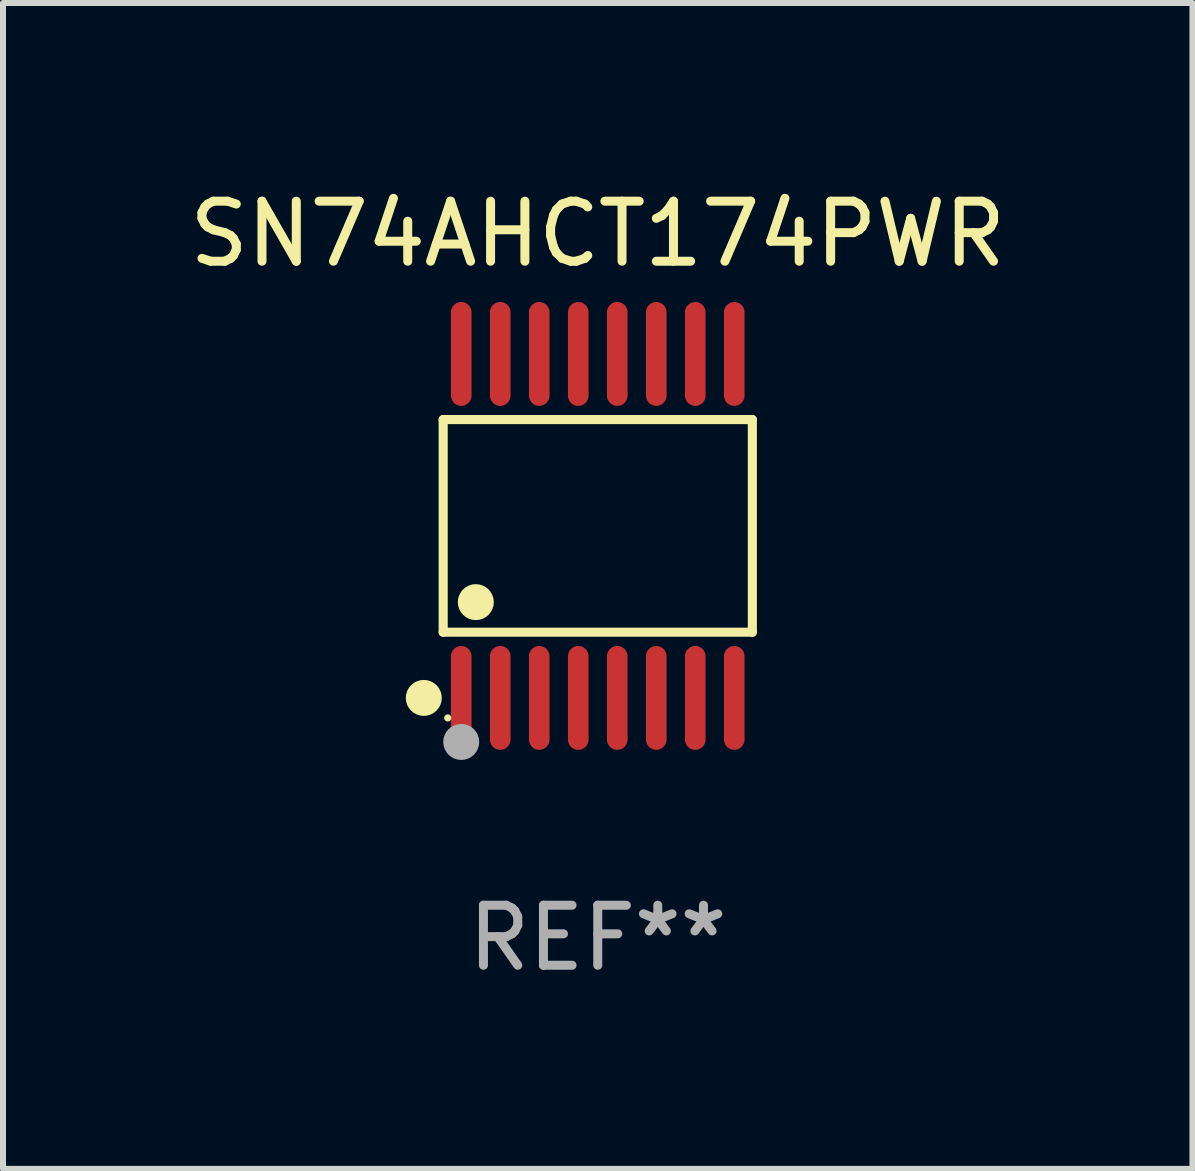
<source format=kicad_pcb>
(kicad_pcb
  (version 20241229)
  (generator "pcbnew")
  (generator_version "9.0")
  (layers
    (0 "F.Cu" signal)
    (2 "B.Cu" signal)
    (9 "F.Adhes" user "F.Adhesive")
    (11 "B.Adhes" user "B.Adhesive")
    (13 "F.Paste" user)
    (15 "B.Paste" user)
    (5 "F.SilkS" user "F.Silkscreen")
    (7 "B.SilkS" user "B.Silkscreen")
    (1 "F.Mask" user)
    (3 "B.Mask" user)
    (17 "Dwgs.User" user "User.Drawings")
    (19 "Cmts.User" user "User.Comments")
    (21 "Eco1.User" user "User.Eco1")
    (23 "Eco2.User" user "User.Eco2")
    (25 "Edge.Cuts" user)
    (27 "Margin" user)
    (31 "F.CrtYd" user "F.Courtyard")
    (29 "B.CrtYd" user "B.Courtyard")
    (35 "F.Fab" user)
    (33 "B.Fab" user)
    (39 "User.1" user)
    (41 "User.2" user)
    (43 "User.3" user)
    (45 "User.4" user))
  (footprint "SN74AHCT174PWR"
    (layer "F.Cu")
    (at 6.911 5.714)
    (property "Reference" "SN74AHCT174PWR" (at 0 -4.866 0) (layer "F.SilkS") (effects (font (size 1 1) (thickness 0.15))))
    (attr through_hole)
    (fp_line (start -2.576 -1.772) (end 2.576 -1.772) (stroke (width 0.152) (type solid)) (layer "F.SilkS"))
    (fp_line (start -2.576 1.771) (end -2.576 -1.772) (stroke (width 0.152) (type solid)) (layer "F.SilkS"))
    (fp_line (start 2.576 -1.772) (end 2.576 1.771) (stroke (width 0.152) (type solid)) (layer "F.SilkS"))
    (fp_line (start 2.576 1.771) (end -2.576 1.771) (stroke (width 0.152) (type solid)) (layer "F.SilkS"))
    (fp_circle (center -2.899 2.866) (end -2.749 2.866) (stroke (width 0.3) (type solid)) (fill no) (layer "F.SilkS"))
    (fp_circle (center -2.5 3.2) (end -2.47 3.2) (stroke (width 0.06) (type solid)) (fill no) (layer "F.SilkS"))
    (fp_circle (center -2.032 1.27) (end -1.882 1.27) (stroke (width 0.3) (type solid)) (fill no) (layer "F.SilkS"))
    (fp_circle (center -2.275 3.6) (end -2.125 3.6) (stroke (width 0.3) (type solid)) (fill no) (layer "F.Fab"))
    (fp_text user "REF**" (at 0 6.866 0) (layer "F.Fab") (effects (font (size 1 1) (thickness 0.15))))
    (pad "1" smd oval (at -2.275 2.866) (size 0.343 1.731) (layers "F.Cu" "F.Mask" "F.Paste"))
    (pad "2" smd oval (at -1.625 2.866) (size 0.343 1.731) (layers "F.Cu" "F.Mask" "F.Paste"))
    (pad "3" smd oval (at -0.975 2.866) (size 0.343 1.731) (layers "F.Cu" "F.Mask" "F.Paste"))
    (pad "4" smd oval (at -0.325 2.866) (size 0.343 1.731) (layers "F.Cu" "F.Mask" "F.Paste"))
    (pad "5" smd oval (at 0.325 2.866) (size 0.343 1.731) (layers "F.Cu" "F.Mask" "F.Paste"))
    (pad "6" smd oval (at 0.975 2.866) (size 0.343 1.731) (layers "F.Cu" "F.Mask" "F.Paste"))
    (pad "7" smd oval (at 1.625 2.866) (size 0.343 1.731) (layers "F.Cu" "F.Mask" "F.Paste"))
    (pad "8" smd oval (at 2.275 2.866) (size 0.343 1.731) (layers "F.Cu" "F.Mask" "F.Paste"))
    (pad "9" smd oval (at 2.275 -2.866) (size 0.343 1.731) (layers "F.Cu" "F.Mask" "F.Paste"))
    (pad "10" smd oval (at 1.625 -2.866) (size 0.343 1.731) (layers "F.Cu" "F.Mask" "F.Paste"))
    (pad "11" smd oval (at 0.975 -2.866) (size 0.343 1.731) (layers "F.Cu" "F.Mask" "F.Paste"))
    (pad "12" smd oval (at 0.325 -2.866) (size 0.343 1.731) (layers "F.Cu" "F.Mask" "F.Paste"))
    (pad "13" smd oval (at -0.325 -2.866) (size 0.343 1.731) (layers "F.Cu" "F.Mask" "F.Paste"))
    (pad "14" smd oval (at -0.975 -2.866) (size 0.343 1.731) (layers "F.Cu" "F.Mask" "F.Paste"))
    (pad "15" smd oval (at -1.625 -2.866) (size 0.343 1.731) (layers "F.Cu" "F.Mask" "F.Paste"))
    (pad "16" smd oval (at -2.275 -2.866) (size 0.343 1.731) (layers "F.Cu" "F.Mask" "F.Paste")))
  (gr_rect
    (start -3 -3)
    (end 16.821 16.428)
    (stroke (width 0.1) (type default))
    (fill no)
    (layer "Edge.Cuts")))
</source>
